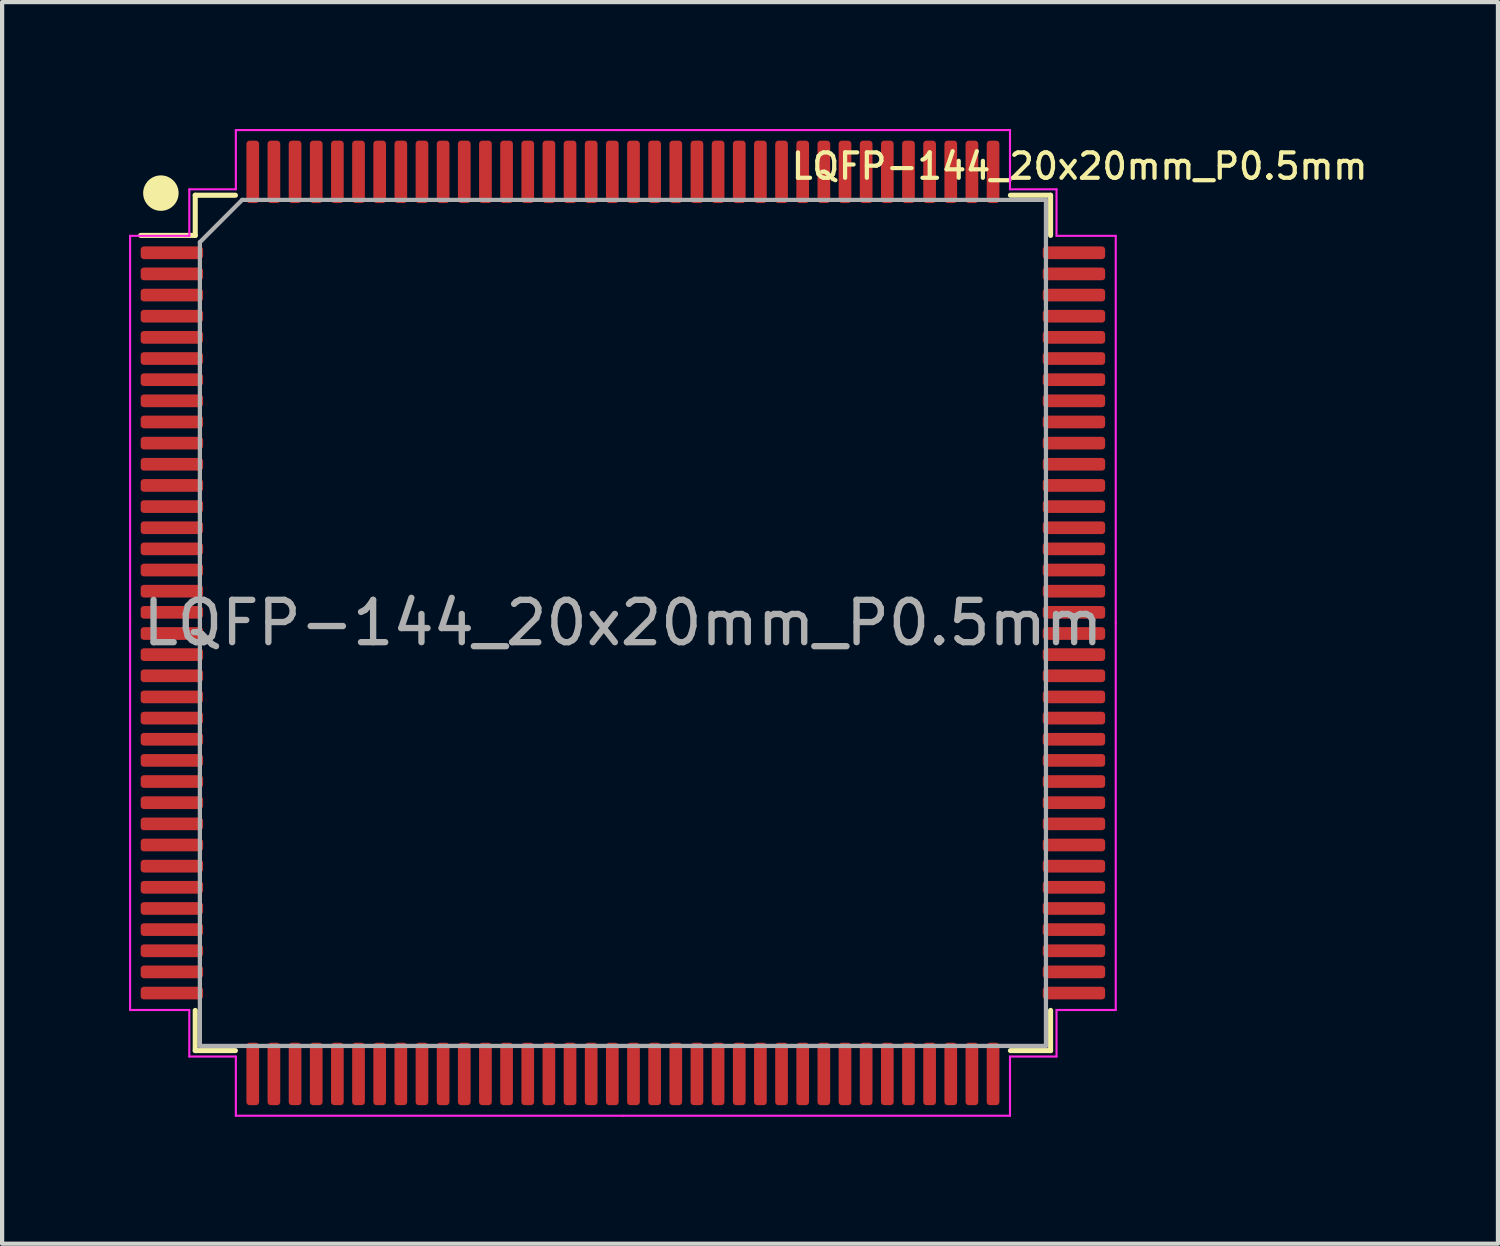
<source format=kicad_pcb>
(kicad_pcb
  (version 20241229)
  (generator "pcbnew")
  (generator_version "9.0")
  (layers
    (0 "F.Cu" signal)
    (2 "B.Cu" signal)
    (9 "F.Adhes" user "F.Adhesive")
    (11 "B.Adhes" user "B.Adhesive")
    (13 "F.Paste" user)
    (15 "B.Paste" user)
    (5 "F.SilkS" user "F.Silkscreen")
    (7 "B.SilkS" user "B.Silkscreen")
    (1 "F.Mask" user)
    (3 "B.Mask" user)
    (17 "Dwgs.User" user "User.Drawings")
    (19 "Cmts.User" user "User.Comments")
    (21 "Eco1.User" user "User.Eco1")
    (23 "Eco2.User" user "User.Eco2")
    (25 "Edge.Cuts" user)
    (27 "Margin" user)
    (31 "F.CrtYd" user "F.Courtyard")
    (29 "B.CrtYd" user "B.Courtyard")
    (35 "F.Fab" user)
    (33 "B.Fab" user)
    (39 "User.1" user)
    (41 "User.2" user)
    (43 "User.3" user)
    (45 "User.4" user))
  (footprint "LQFP-144_20x20mm_P0.5mm"
    (layer "F.Cu")
    (at 11.675 11.675)
    (property "Reference" "LQFP-144_20x20mm_P0.5mm" (at 10.795 -10.795 0) (layer "F.SilkS") (effects (font (size 0.6 0.6) (thickness 0.1))))
    (attr smd)
    (fp_line (start -10.11 -10.11) (end -10.11 -9.16) (stroke (width 0.12) (type solid)) (layer "F.SilkS"))
    (fp_line (start -10.11 -9.16) (end -11.4 -9.16) (stroke (width 0.12) (type solid)) (layer "F.SilkS"))
    (fp_line (start -10.11 10.11) (end -10.11 9.16) (stroke (width 0.12) (type solid)) (layer "F.SilkS"))
    (fp_line (start -9.16 -10.11) (end -10.11 -10.11) (stroke (width 0.12) (type solid)) (layer "F.SilkS"))
    (fp_line (start -9.16 10.11) (end -10.11 10.11) (stroke (width 0.12) (type solid)) (layer "F.SilkS"))
    (fp_line (start 9.16 -10.11) (end 10.11 -10.11) (stroke (width 0.12) (type solid)) (layer "F.SilkS"))
    (fp_line (start 9.16 10.11) (end 10.11 10.11) (stroke (width 0.12) (type solid)) (layer "F.SilkS"))
    (fp_line (start 10.11 -10.11) (end 10.11 -9.16) (stroke (width 0.12) (type solid)) (layer "F.SilkS"))
    (fp_line (start 10.11 10.11) (end 10.11 9.16) (stroke (width 0.12) (type solid)) (layer "F.SilkS"))
    (fp_circle (center -10.922 -10.16) (end -10.563 -10.16) (stroke (width 0.12) (type solid)) (fill yes) (layer "F.SilkS"))
    (fp_line (start -11.65 -9.15) (end -11.65 0) (stroke (width 0.05) (type solid)) (layer "F.CrtYd"))
    (fp_line (start -11.65 9.15) (end -11.65 0) (stroke (width 0.05) (type solid)) (layer "F.CrtYd"))
    (fp_line (start -10.25 -10.25) (end -10.25 -9.15) (stroke (width 0.05) (type solid)) (layer "F.CrtYd"))
    (fp_line (start -10.25 -9.15) (end -11.65 -9.15) (stroke (width 0.05) (type solid)) (layer "F.CrtYd"))
    (fp_line (start -10.25 9.15) (end -11.65 9.15) (stroke (width 0.05) (type solid)) (layer "F.CrtYd"))
    (fp_line (start -10.25 10.25) (end -10.25 9.15) (stroke (width 0.05) (type solid)) (layer "F.CrtYd"))
    (fp_line (start -9.15 -11.65) (end -9.15 -10.25) (stroke (width 0.05) (type solid)) (layer "F.CrtYd"))
    (fp_line (start -9.15 -10.25) (end -10.25 -10.25) (stroke (width 0.05) (type solid)) (layer "F.CrtYd"))
    (fp_line (start -9.15 10.25) (end -10.25 10.25) (stroke (width 0.05) (type solid)) (layer "F.CrtYd"))
    (fp_line (start -9.15 11.65) (end -9.15 10.25) (stroke (width 0.05) (type solid)) (layer "F.CrtYd"))
    (fp_line (start 0 -11.65) (end -9.15 -11.65) (stroke (width 0.05) (type solid)) (layer "F.CrtYd"))
    (fp_line (start 0 -11.65) (end 9.15 -11.65) (stroke (width 0.05) (type solid)) (layer "F.CrtYd"))
    (fp_line (start 0 11.65) (end -9.15 11.65) (stroke (width 0.05) (type solid)) (layer "F.CrtYd"))
    (fp_line (start 0 11.65) (end 9.15 11.65) (stroke (width 0.05) (type solid)) (layer "F.CrtYd"))
    (fp_line (start 9.15 -11.65) (end 9.15 -10.25) (stroke (width 0.05) (type solid)) (layer "F.CrtYd"))
    (fp_line (start 9.15 -10.25) (end 10.25 -10.25) (stroke (width 0.05) (type solid)) (layer "F.CrtYd"))
    (fp_line (start 9.15 10.25) (end 10.25 10.25) (stroke (width 0.05) (type solid)) (layer "F.CrtYd"))
    (fp_line (start 9.15 11.65) (end 9.15 10.25) (stroke (width 0.05) (type solid)) (layer "F.CrtYd"))
    (fp_line (start 10.25 -10.25) (end 10.25 -9.15) (stroke (width 0.05) (type solid)) (layer "F.CrtYd"))
    (fp_line (start 10.25 -9.15) (end 11.65 -9.15) (stroke (width 0.05) (type solid)) (layer "F.CrtYd"))
    (fp_line (start 10.25 9.15) (end 11.65 9.15) (stroke (width 0.05) (type solid)) (layer "F.CrtYd"))
    (fp_line (start 10.25 10.25) (end 10.25 9.15) (stroke (width 0.05) (type solid)) (layer "F.CrtYd"))
    (fp_line (start 11.65 -9.15) (end 11.65 0) (stroke (width 0.05) (type solid)) (layer "F.CrtYd"))
    (fp_line (start 11.65 9.15) (end 11.65 0) (stroke (width 0.05) (type solid)) (layer "F.CrtYd"))
    (fp_line (start -10 -9) (end -9 -10) (stroke (width 0.1) (type solid)) (layer "F.Fab"))
    (fp_line (start -10 10) (end -10 -9) (stroke (width 0.1) (type solid)) (layer "F.Fab"))
    (fp_line (start -9 -10) (end 10 -10) (stroke (width 0.1) (type solid)) (layer "F.Fab"))
    (fp_line (start 10 -10) (end 10 10) (stroke (width 0.1) (type solid)) (layer "F.Fab"))
    (fp_line (start 10 10) (end -10 10) (stroke (width 0.1) (type solid)) (layer "F.Fab"))
    (fp_text user "${REFERENCE}" (at 0 0 0) (layer "F.Fab") (effects (font (size 1 1) (thickness 0.15))))
    (pad "1" smd roundrect (at -10.662 -8.75) (size 1.475 0.3) (layers "F.Cu" "F.Mask" "F.Paste") (roundrect_rratio 0.25))
    (pad "2" smd roundrect (at -10.662 -8.25) (size 1.475 0.3) (layers "F.Cu" "F.Mask" "F.Paste") (roundrect_rratio 0.25))
    (pad "3" smd roundrect (at -10.662 -7.75) (size 1.475 0.3) (layers "F.Cu" "F.Mask" "F.Paste") (roundrect_rratio 0.25))
    (pad "4" smd roundrect (at -10.662 -7.25) (size 1.475 0.3) (layers "F.Cu" "F.Mask" "F.Paste") (roundrect_rratio 0.25))
    (pad "5" smd roundrect (at -10.662 -6.75) (size 1.475 0.3) (layers "F.Cu" "F.Mask" "F.Paste") (roundrect_rratio 0.25))
    (pad "6" smd roundrect (at -10.662 -6.25) (size 1.475 0.3) (layers "F.Cu" "F.Mask" "F.Paste") (roundrect_rratio 0.25))
    (pad "7" smd roundrect (at -10.662 -5.75) (size 1.475 0.3) (layers "F.Cu" "F.Mask" "F.Paste") (roundrect_rratio 0.25))
    (pad "8" smd roundrect (at -10.662 -5.25) (size 1.475 0.3) (layers "F.Cu" "F.Mask" "F.Paste") (roundrect_rratio 0.25))
    (pad "9" smd roundrect (at -10.662 -4.75) (size 1.475 0.3) (layers "F.Cu" "F.Mask" "F.Paste") (roundrect_rratio 0.25))
    (pad "10" smd roundrect (at -10.662 -4.25) (size 1.475 0.3) (layers "F.Cu" "F.Mask" "F.Paste") (roundrect_rratio 0.25))
    (pad "11" smd roundrect (at -10.662 -3.75) (size 1.475 0.3) (layers "F.Cu" "F.Mask" "F.Paste") (roundrect_rratio 0.25))
    (pad "12" smd roundrect (at -10.662 -3.25) (size 1.475 0.3) (layers "F.Cu" "F.Mask" "F.Paste") (roundrect_rratio 0.25))
    (pad "13" smd roundrect (at -10.662 -2.75) (size 1.475 0.3) (layers "F.Cu" "F.Mask" "F.Paste") (roundrect_rratio 0.25))
    (pad "14" smd roundrect (at -10.662 -2.25) (size 1.475 0.3) (layers "F.Cu" "F.Mask" "F.Paste") (roundrect_rratio 0.25))
    (pad "15" smd roundrect (at -10.662 -1.75) (size 1.475 0.3) (layers "F.Cu" "F.Mask" "F.Paste") (roundrect_rratio 0.25))
    (pad "16" smd roundrect (at -10.662 -1.25) (size 1.475 0.3) (layers "F.Cu" "F.Mask" "F.Paste") (roundrect_rratio 0.25))
    (pad "17" smd roundrect (at -10.662 -0.75) (size 1.475 0.3) (layers "F.Cu" "F.Mask" "F.Paste") (roundrect_rratio 0.25))
    (pad "18" smd roundrect (at -10.662 -0.25) (size 1.475 0.3) (layers "F.Cu" "F.Mask" "F.Paste") (roundrect_rratio 0.25))
    (pad "19" smd roundrect (at -10.662 0.25) (size 1.475 0.3) (layers "F.Cu" "F.Mask" "F.Paste") (roundrect_rratio 0.25))
    (pad "20" smd roundrect (at -10.662 0.75) (size 1.475 0.3) (layers "F.Cu" "F.Mask" "F.Paste") (roundrect_rratio 0.25))
    (pad "21" smd roundrect (at -10.662 1.25) (size 1.475 0.3) (layers "F.Cu" "F.Mask" "F.Paste") (roundrect_rratio 0.25))
    (pad "22" smd roundrect (at -10.662 1.75) (size 1.475 0.3) (layers "F.Cu" "F.Mask" "F.Paste") (roundrect_rratio 0.25))
    (pad "23" smd roundrect (at -10.662 2.25) (size 1.475 0.3) (layers "F.Cu" "F.Mask" "F.Paste") (roundrect_rratio 0.25))
    (pad "24" smd roundrect (at -10.662 2.75) (size 1.475 0.3) (layers "F.Cu" "F.Mask" "F.Paste") (roundrect_rratio 0.25))
    (pad "25" smd roundrect (at -10.662 3.25) (size 1.475 0.3) (layers "F.Cu" "F.Mask" "F.Paste") (roundrect_rratio 0.25))
    (pad "26" smd roundrect (at -10.662 3.75) (size 1.475 0.3) (layers "F.Cu" "F.Mask" "F.Paste") (roundrect_rratio 0.25))
    (pad "27" smd roundrect (at -10.662 4.25) (size 1.475 0.3) (layers "F.Cu" "F.Mask" "F.Paste") (roundrect_rratio 0.25))
    (pad "28" smd roundrect (at -10.662 4.75) (size 1.475 0.3) (layers "F.Cu" "F.Mask" "F.Paste") (roundrect_rratio 0.25))
    (pad "29" smd roundrect (at -10.662 5.25) (size 1.475 0.3) (layers "F.Cu" "F.Mask" "F.Paste") (roundrect_rratio 0.25))
    (pad "30" smd roundrect (at -10.662 5.75) (size 1.475 0.3) (layers "F.Cu" "F.Mask" "F.Paste") (roundrect_rratio 0.25))
    (pad "31" smd roundrect (at -10.662 6.25) (size 1.475 0.3) (layers "F.Cu" "F.Mask" "F.Paste") (roundrect_rratio 0.25))
    (pad "32" smd roundrect (at -10.662 6.75) (size 1.475 0.3) (layers "F.Cu" "F.Mask" "F.Paste") (roundrect_rratio 0.25))
    (pad "33" smd roundrect (at -10.662 7.25) (size 1.475 0.3) (layers "F.Cu" "F.Mask" "F.Paste") (roundrect_rratio 0.25))
    (pad "34" smd roundrect (at -10.662 7.75) (size 1.475 0.3) (layers "F.Cu" "F.Mask" "F.Paste") (roundrect_rratio 0.25))
    (pad "35" smd roundrect (at -10.662 8.25) (size 1.475 0.3) (layers "F.Cu" "F.Mask" "F.Paste") (roundrect_rratio 0.25))
    (pad "36" smd roundrect (at -10.662 8.75) (size 1.475 0.3) (layers "F.Cu" "F.Mask" "F.Paste") (roundrect_rratio 0.25))
    (pad "37" smd roundrect (at -8.75 10.662) (size 0.3 1.475) (layers "F.Cu" "F.Mask" "F.Paste") (roundrect_rratio 0.25))
    (pad "38" smd roundrect (at -8.25 10.662) (size 0.3 1.475) (layers "F.Cu" "F.Mask" "F.Paste") (roundrect_rratio 0.25))
    (pad "39" smd roundrect (at -7.75 10.662) (size 0.3 1.475) (layers "F.Cu" "F.Mask" "F.Paste") (roundrect_rratio 0.25))
    (pad "40" smd roundrect (at -7.25 10.662) (size 0.3 1.475) (layers "F.Cu" "F.Mask" "F.Paste") (roundrect_rratio 0.25))
    (pad "41" smd roundrect (at -6.75 10.662) (size 0.3 1.475) (layers "F.Cu" "F.Mask" "F.Paste") (roundrect_rratio 0.25))
    (pad "42" smd roundrect (at -6.25 10.662) (size 0.3 1.475) (layers "F.Cu" "F.Mask" "F.Paste") (roundrect_rratio 0.25))
    (pad "43" smd roundrect (at -5.75 10.662) (size 0.3 1.475) (layers "F.Cu" "F.Mask" "F.Paste") (roundrect_rratio 0.25))
    (pad "44" smd roundrect (at -5.25 10.662) (size 0.3 1.475) (layers "F.Cu" "F.Mask" "F.Paste") (roundrect_rratio 0.25))
    (pad "45" smd roundrect (at -4.75 10.662) (size 0.3 1.475) (layers "F.Cu" "F.Mask" "F.Paste") (roundrect_rratio 0.25))
    (pad "46" smd roundrect (at -4.25 10.662) (size 0.3 1.475) (layers "F.Cu" "F.Mask" "F.Paste") (roundrect_rratio 0.25))
    (pad "47" smd roundrect (at -3.75 10.662) (size 0.3 1.475) (layers "F.Cu" "F.Mask" "F.Paste") (roundrect_rratio 0.25))
    (pad "48" smd roundrect (at -3.25 10.662) (size 0.3 1.475) (layers "F.Cu" "F.Mask" "F.Paste") (roundrect_rratio 0.25))
    (pad "49" smd roundrect (at -2.75 10.662) (size 0.3 1.475) (layers "F.Cu" "F.Mask" "F.Paste") (roundrect_rratio 0.25))
    (pad "50" smd roundrect (at -2.25 10.662) (size 0.3 1.475) (layers "F.Cu" "F.Mask" "F.Paste") (roundrect_rratio 0.25))
    (pad "51" smd roundrect (at -1.75 10.662) (size 0.3 1.475) (layers "F.Cu" "F.Mask" "F.Paste") (roundrect_rratio 0.25))
    (pad "52" smd roundrect (at -1.25 10.662) (size 0.3 1.475) (layers "F.Cu" "F.Mask" "F.Paste") (roundrect_rratio 0.25))
    (pad "53" smd roundrect (at -0.75 10.662) (size 0.3 1.475) (layers "F.Cu" "F.Mask" "F.Paste") (roundrect_rratio 0.25))
    (pad "54" smd roundrect (at -0.25 10.662) (size 0.3 1.475) (layers "F.Cu" "F.Mask" "F.Paste") (roundrect_rratio 0.25))
    (pad "55" smd roundrect (at 0.25 10.662) (size 0.3 1.475) (layers "F.Cu" "F.Mask" "F.Paste") (roundrect_rratio 0.25))
    (pad "56" smd roundrect (at 0.75 10.662) (size 0.3 1.475) (layers "F.Cu" "F.Mask" "F.Paste") (roundrect_rratio 0.25))
    (pad "57" smd roundrect (at 1.25 10.662) (size 0.3 1.475) (layers "F.Cu" "F.Mask" "F.Paste") (roundrect_rratio 0.25))
    (pad "58" smd roundrect (at 1.75 10.662) (size 0.3 1.475) (layers "F.Cu" "F.Mask" "F.Paste") (roundrect_rratio 0.25))
    (pad "59" smd roundrect (at 2.25 10.662) (size 0.3 1.475) (layers "F.Cu" "F.Mask" "F.Paste") (roundrect_rratio 0.25))
    (pad "60" smd roundrect (at 2.75 10.662) (size 0.3 1.475) (layers "F.Cu" "F.Mask" "F.Paste") (roundrect_rratio 0.25))
    (pad "61" smd roundrect (at 3.25 10.662) (size 0.3 1.475) (layers "F.Cu" "F.Mask" "F.Paste") (roundrect_rratio 0.25))
    (pad "62" smd roundrect (at 3.75 10.662) (size 0.3 1.475) (layers "F.Cu" "F.Mask" "F.Paste") (roundrect_rratio 0.25))
    (pad "63" smd roundrect (at 4.25 10.662) (size 0.3 1.475) (layers "F.Cu" "F.Mask" "F.Paste") (roundrect_rratio 0.25))
    (pad "64" smd roundrect (at 4.75 10.662) (size 0.3 1.475) (layers "F.Cu" "F.Mask" "F.Paste") (roundrect_rratio 0.25))
    (pad "65" smd roundrect (at 5.25 10.662) (size 0.3 1.475) (layers "F.Cu" "F.Mask" "F.Paste") (roundrect_rratio 0.25))
    (pad "66" smd roundrect (at 5.75 10.662) (size 0.3 1.475) (layers "F.Cu" "F.Mask" "F.Paste") (roundrect_rratio 0.25))
    (pad "67" smd roundrect (at 6.25 10.662) (size 0.3 1.475) (layers "F.Cu" "F.Mask" "F.Paste") (roundrect_rratio 0.25))
    (pad "68" smd roundrect (at 6.75 10.662) (size 0.3 1.475) (layers "F.Cu" "F.Mask" "F.Paste") (roundrect_rratio 0.25))
    (pad "69" smd roundrect (at 7.25 10.662) (size 0.3 1.475) (layers "F.Cu" "F.Mask" "F.Paste") (roundrect_rratio 0.25))
    (pad "70" smd roundrect (at 7.75 10.662) (size 0.3 1.475) (layers "F.Cu" "F.Mask" "F.Paste") (roundrect_rratio 0.25))
    (pad "71" smd roundrect (at 8.25 10.662) (size 0.3 1.475) (layers "F.Cu" "F.Mask" "F.Paste") (roundrect_rratio 0.25))
    (pad "72" smd roundrect (at 8.75 10.662) (size 0.3 1.475) (layers "F.Cu" "F.Mask" "F.Paste") (roundrect_rratio 0.25))
    (pad "73" smd roundrect (at 10.662 8.75) (size 1.475 0.3) (layers "F.Cu" "F.Mask" "F.Paste") (roundrect_rratio 0.25))
    (pad "74" smd roundrect (at 10.662 8.25) (size 1.475 0.3) (layers "F.Cu" "F.Mask" "F.Paste") (roundrect_rratio 0.25))
    (pad "75" smd roundrect (at 10.662 7.75) (size 1.475 0.3) (layers "F.Cu" "F.Mask" "F.Paste") (roundrect_rratio 0.25))
    (pad "76" smd roundrect (at 10.662 7.25) (size 1.475 0.3) (layers "F.Cu" "F.Mask" "F.Paste") (roundrect_rratio 0.25))
    (pad "77" smd roundrect (at 10.662 6.75) (size 1.475 0.3) (layers "F.Cu" "F.Mask" "F.Paste") (roundrect_rratio 0.25))
    (pad "78" smd roundrect (at 10.662 6.25) (size 1.475 0.3) (layers "F.Cu" "F.Mask" "F.Paste") (roundrect_rratio 0.25))
    (pad "79" smd roundrect (at 10.662 5.75) (size 1.475 0.3) (layers "F.Cu" "F.Mask" "F.Paste") (roundrect_rratio 0.25))
    (pad "80" smd roundrect (at 10.662 5.25) (size 1.475 0.3) (layers "F.Cu" "F.Mask" "F.Paste") (roundrect_rratio 0.25))
    (pad "81" smd roundrect (at 10.662 4.75) (size 1.475 0.3) (layers "F.Cu" "F.Mask" "F.Paste") (roundrect_rratio 0.25))
    (pad "82" smd roundrect (at 10.662 4.25) (size 1.475 0.3) (layers "F.Cu" "F.Mask" "F.Paste") (roundrect_rratio 0.25))
    (pad "83" smd roundrect (at 10.662 3.75) (size 1.475 0.3) (layers "F.Cu" "F.Mask" "F.Paste") (roundrect_rratio 0.25))
    (pad "84" smd roundrect (at 10.662 3.25) (size 1.475 0.3) (layers "F.Cu" "F.Mask" "F.Paste") (roundrect_rratio 0.25))
    (pad "85" smd roundrect (at 10.662 2.75) (size 1.475 0.3) (layers "F.Cu" "F.Mask" "F.Paste") (roundrect_rratio 0.25))
    (pad "86" smd roundrect (at 10.662 2.25) (size 1.475 0.3) (layers "F.Cu" "F.Mask" "F.Paste") (roundrect_rratio 0.25))
    (pad "87" smd roundrect (at 10.662 1.75) (size 1.475 0.3) (layers "F.Cu" "F.Mask" "F.Paste") (roundrect_rratio 0.25))
    (pad "88" smd roundrect (at 10.662 1.25) (size 1.475 0.3) (layers "F.Cu" "F.Mask" "F.Paste") (roundrect_rratio 0.25))
    (pad "89" smd roundrect (at 10.662 0.75) (size 1.475 0.3) (layers "F.Cu" "F.Mask" "F.Paste") (roundrect_rratio 0.25))
    (pad "90" smd roundrect (at 10.662 0.25) (size 1.475 0.3) (layers "F.Cu" "F.Mask" "F.Paste") (roundrect_rratio 0.25))
    (pad "91" smd roundrect (at 10.662 -0.25) (size 1.475 0.3) (layers "F.Cu" "F.Mask" "F.Paste") (roundrect_rratio 0.25))
    (pad "92" smd roundrect (at 10.662 -0.75) (size 1.475 0.3) (layers "F.Cu" "F.Mask" "F.Paste") (roundrect_rratio 0.25))
    (pad "93" smd roundrect (at 10.662 -1.25) (size 1.475 0.3) (layers "F.Cu" "F.Mask" "F.Paste") (roundrect_rratio 0.25))
    (pad "94" smd roundrect (at 10.662 -1.75) (size 1.475 0.3) (layers "F.Cu" "F.Mask" "F.Paste") (roundrect_rratio 0.25))
    (pad "95" smd roundrect (at 10.662 -2.25) (size 1.475 0.3) (layers "F.Cu" "F.Mask" "F.Paste") (roundrect_rratio 0.25))
    (pad "96" smd roundrect (at 10.662 -2.75) (size 1.475 0.3) (layers "F.Cu" "F.Mask" "F.Paste") (roundrect_rratio 0.25))
    (pad "97" smd roundrect (at 10.662 -3.25) (size 1.475 0.3) (layers "F.Cu" "F.Mask" "F.Paste") (roundrect_rratio 0.25))
    (pad "98" smd roundrect (at 10.662 -3.75) (size 1.475 0.3) (layers "F.Cu" "F.Mask" "F.Paste") (roundrect_rratio 0.25))
    (pad "99" smd roundrect (at 10.662 -4.25) (size 1.475 0.3) (layers "F.Cu" "F.Mask" "F.Paste") (roundrect_rratio 0.25))
    (pad "100" smd roundrect (at 10.662 -4.75) (size 1.475 0.3) (layers "F.Cu" "F.Mask" "F.Paste") (roundrect_rratio 0.25))
    (pad "101" smd roundrect (at 10.662 -5.25) (size 1.475 0.3) (layers "F.Cu" "F.Mask" "F.Paste") (roundrect_rratio 0.25))
    (pad "102" smd roundrect (at 10.662 -5.75) (size 1.475 0.3) (layers "F.Cu" "F.Mask" "F.Paste") (roundrect_rratio 0.25))
    (pad "103" smd roundrect (at 10.662 -6.25) (size 1.475 0.3) (layers "F.Cu" "F.Mask" "F.Paste") (roundrect_rratio 0.25))
    (pad "104" smd roundrect (at 10.662 -6.75) (size 1.475 0.3) (layers "F.Cu" "F.Mask" "F.Paste") (roundrect_rratio 0.25))
    (pad "105" smd roundrect (at 10.662 -7.25) (size 1.475 0.3) (layers "F.Cu" "F.Mask" "F.Paste") (roundrect_rratio 0.25))
    (pad "106" smd roundrect (at 10.662 -7.75) (size 1.475 0.3) (layers "F.Cu" "F.Mask" "F.Paste") (roundrect_rratio 0.25))
    (pad "107" smd roundrect (at 10.662 -8.25) (size 1.475 0.3) (layers "F.Cu" "F.Mask" "F.Paste") (roundrect_rratio 0.25))
    (pad "108" smd roundrect (at 10.662 -8.75) (size 1.475 0.3) (layers "F.Cu" "F.Mask" "F.Paste") (roundrect_rratio 0.25))
    (pad "109" smd roundrect (at 8.75 -10.662) (size 0.3 1.475) (layers "F.Cu" "F.Mask" "F.Paste") (roundrect_rratio 0.25))
    (pad "110" smd roundrect (at 8.25 -10.662) (size 0.3 1.475) (layers "F.Cu" "F.Mask" "F.Paste") (roundrect_rratio 0.25))
    (pad "111" smd roundrect (at 7.75 -10.662) (size 0.3 1.475) (layers "F.Cu" "F.Mask" "F.Paste") (roundrect_rratio 0.25))
    (pad "112" smd roundrect (at 7.25 -10.662) (size 0.3 1.475) (layers "F.Cu" "F.Mask" "F.Paste") (roundrect_rratio 0.25))
    (pad "113" smd roundrect (at 6.75 -10.662) (size 0.3 1.475) (layers "F.Cu" "F.Mask" "F.Paste") (roundrect_rratio 0.25))
    (pad "114" smd roundrect (at 6.25 -10.662) (size 0.3 1.475) (layers "F.Cu" "F.Mask" "F.Paste") (roundrect_rratio 0.25))
    (pad "115" smd roundrect (at 5.75 -10.662) (size 0.3 1.475) (layers "F.Cu" "F.Mask" "F.Paste") (roundrect_rratio 0.25))
    (pad "116" smd roundrect (at 5.25 -10.662) (size 0.3 1.475) (layers "F.Cu" "F.Mask" "F.Paste") (roundrect_rratio 0.25))
    (pad "117" smd roundrect (at 4.75 -10.662) (size 0.3 1.475) (layers "F.Cu" "F.Mask" "F.Paste") (roundrect_rratio 0.25))
    (pad "118" smd roundrect (at 4.25 -10.662) (size 0.3 1.475) (layers "F.Cu" "F.Mask" "F.Paste") (roundrect_rratio 0.25))
    (pad "119" smd roundrect (at 3.75 -10.662) (size 0.3 1.475) (layers "F.Cu" "F.Mask" "F.Paste") (roundrect_rratio 0.25))
    (pad "120" smd roundrect (at 3.25 -10.662) (size 0.3 1.475) (layers "F.Cu" "F.Mask" "F.Paste") (roundrect_rratio 0.25))
    (pad "121" smd roundrect (at 2.75 -10.662) (size 0.3 1.475) (layers "F.Cu" "F.Mask" "F.Paste") (roundrect_rratio 0.25))
    (pad "122" smd roundrect (at 2.25 -10.662) (size 0.3 1.475) (layers "F.Cu" "F.Mask" "F.Paste") (roundrect_rratio 0.25))
    (pad "123" smd roundrect (at 1.75 -10.662) (size 0.3 1.475) (layers "F.Cu" "F.Mask" "F.Paste") (roundrect_rratio 0.25))
    (pad "124" smd roundrect (at 1.25 -10.662) (size 0.3 1.475) (layers "F.Cu" "F.Mask" "F.Paste") (roundrect_rratio 0.25))
    (pad "125" smd roundrect (at 0.75 -10.662) (size 0.3 1.475) (layers "F.Cu" "F.Mask" "F.Paste") (roundrect_rratio 0.25))
    (pad "126" smd roundrect (at 0.25 -10.662) (size 0.3 1.475) (layers "F.Cu" "F.Mask" "F.Paste") (roundrect_rratio 0.25))
    (pad "127" smd roundrect (at -0.25 -10.662) (size 0.3 1.475) (layers "F.Cu" "F.Mask" "F.Paste") (roundrect_rratio 0.25))
    (pad "128" smd roundrect (at -0.75 -10.662) (size 0.3 1.475) (layers "F.Cu" "F.Mask" "F.Paste") (roundrect_rratio 0.25))
    (pad "129" smd roundrect (at -1.25 -10.662) (size 0.3 1.475) (layers "F.Cu" "F.Mask" "F.Paste") (roundrect_rratio 0.25))
    (pad "130" smd roundrect (at -1.75 -10.662) (size 0.3 1.475) (layers "F.Cu" "F.Mask" "F.Paste") (roundrect_rratio 0.25))
    (pad "131" smd roundrect (at -2.25 -10.662) (size 0.3 1.475) (layers "F.Cu" "F.Mask" "F.Paste") (roundrect_rratio 0.25))
    (pad "132" smd roundrect (at -2.75 -10.662) (size 0.3 1.475) (layers "F.Cu" "F.Mask" "F.Paste") (roundrect_rratio 0.25))
    (pad "133" smd roundrect (at -3.25 -10.662) (size 0.3 1.475) (layers "F.Cu" "F.Mask" "F.Paste") (roundrect_rratio 0.25))
    (pad "134" smd roundrect (at -3.75 -10.662) (size 0.3 1.475) (layers "F.Cu" "F.Mask" "F.Paste") (roundrect_rratio 0.25))
    (pad "135" smd roundrect (at -4.25 -10.662) (size 0.3 1.475) (layers "F.Cu" "F.Mask" "F.Paste") (roundrect_rratio 0.25))
    (pad "136" smd roundrect (at -4.75 -10.662) (size 0.3 1.475) (layers "F.Cu" "F.Mask" "F.Paste") (roundrect_rratio 0.25))
    (pad "137" smd roundrect (at -5.25 -10.662) (size 0.3 1.475) (layers "F.Cu" "F.Mask" "F.Paste") (roundrect_rratio 0.25))
    (pad "138" smd roundrect (at -5.75 -10.662) (size 0.3 1.475) (layers "F.Cu" "F.Mask" "F.Paste") (roundrect_rratio 0.25))
    (pad "139" smd roundrect (at -6.25 -10.662) (size 0.3 1.475) (layers "F.Cu" "F.Mask" "F.Paste") (roundrect_rratio 0.25))
    (pad "140" smd roundrect (at -6.75 -10.662) (size 0.3 1.475) (layers "F.Cu" "F.Mask" "F.Paste") (roundrect_rratio 0.25))
    (pad "141" smd roundrect (at -7.25 -10.662) (size 0.3 1.475) (layers "F.Cu" "F.Mask" "F.Paste") (roundrect_rratio 0.25))
    (pad "142" smd roundrect (at -7.75 -10.662) (size 0.3 1.475) (layers "F.Cu" "F.Mask" "F.Paste") (roundrect_rratio 0.25))
    (pad "143" smd roundrect (at -8.25 -10.662) (size 0.3 1.475) (layers "F.Cu" "F.Mask" "F.Paste") (roundrect_rratio 0.25))
    (pad "144" smd roundrect (at -8.75 -10.662) (size 0.3 1.475) (layers "F.Cu" "F.Mask" "F.Paste") (roundrect_rratio 0.25)))
  (gr_rect
    (start -3 -3)
    (end 32.36 26.35)
    (stroke (width 0.1) (type default))
    (fill no)
    (layer "Edge.Cuts")))
</source>
